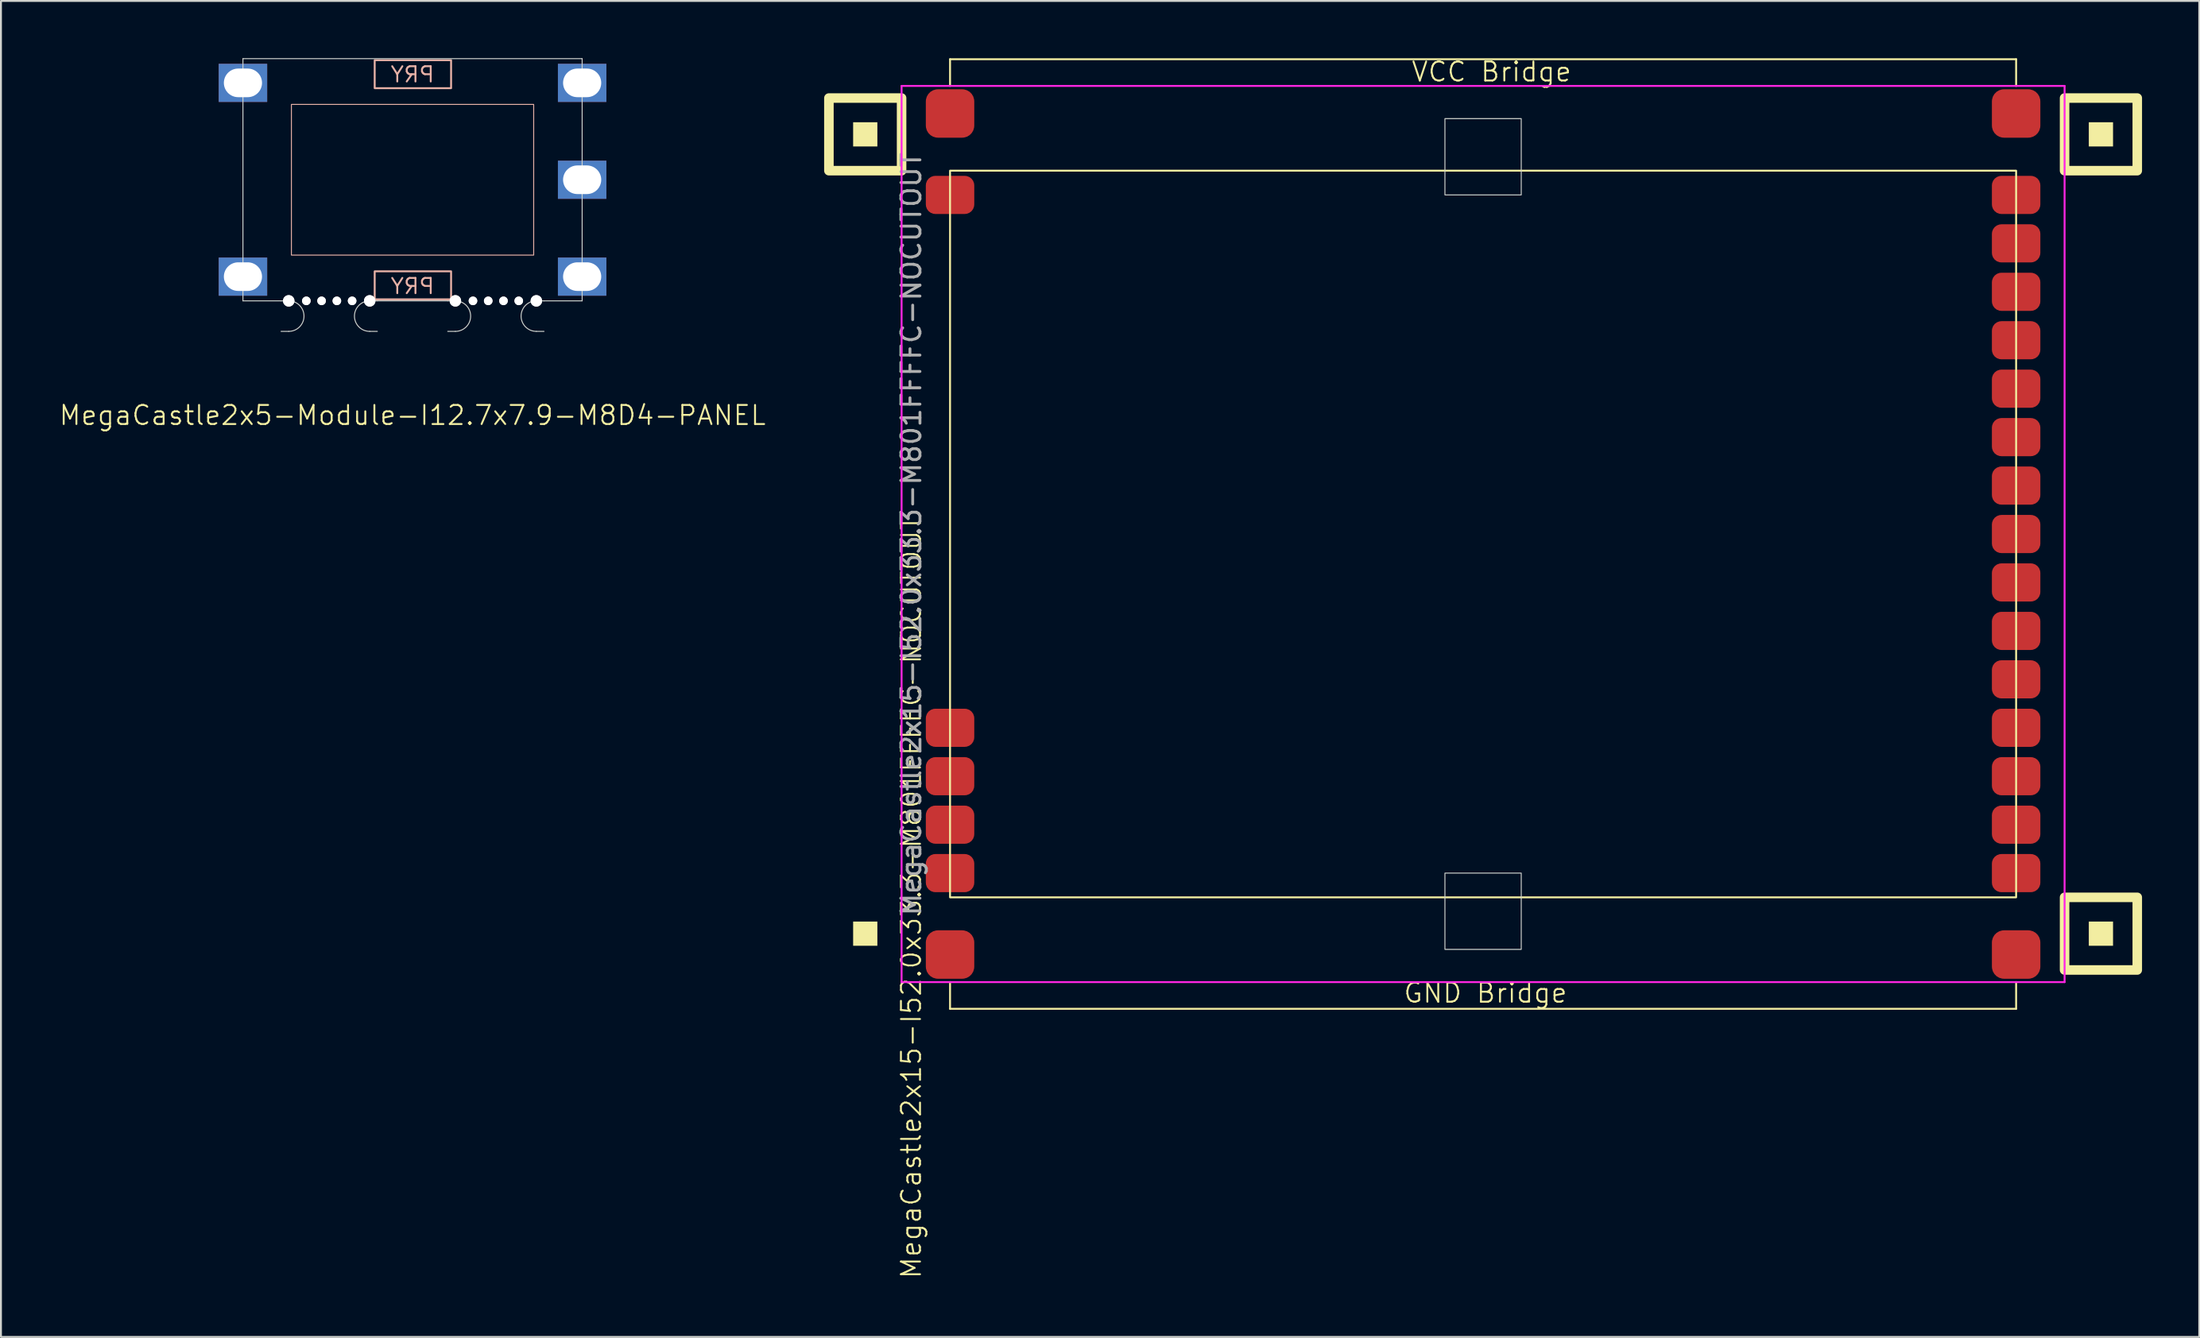
<source format=kicad_pcb>
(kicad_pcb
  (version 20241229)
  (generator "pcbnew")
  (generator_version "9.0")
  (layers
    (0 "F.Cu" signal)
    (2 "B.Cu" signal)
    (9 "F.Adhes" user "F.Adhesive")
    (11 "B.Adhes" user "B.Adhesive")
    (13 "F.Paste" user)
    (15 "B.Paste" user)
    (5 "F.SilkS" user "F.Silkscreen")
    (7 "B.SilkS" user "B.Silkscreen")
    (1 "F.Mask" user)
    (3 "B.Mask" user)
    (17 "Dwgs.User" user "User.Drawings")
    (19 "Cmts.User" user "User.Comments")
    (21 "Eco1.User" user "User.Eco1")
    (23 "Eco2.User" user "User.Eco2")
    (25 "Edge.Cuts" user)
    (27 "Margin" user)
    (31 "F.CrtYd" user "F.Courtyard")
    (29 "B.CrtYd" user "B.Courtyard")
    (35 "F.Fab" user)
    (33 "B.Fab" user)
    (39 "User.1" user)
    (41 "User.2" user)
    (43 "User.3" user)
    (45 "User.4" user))
  (footprint "MegaCastle2x5-Module-I12.7x7.9-M8D4-PANEL"
    (layer "F.Cu")
    (at 18.574 6.375)
    (property "Reference" "MegaCastle2x5-Module-I12.7x7.9-M8D4-PANEL" (at 0 12.35 0) (unlocked yes) (layer "F.SilkS") (effects (font (size 1 1) (thickness 0.1))))
    (attr smd)
    (fp_rect (start -6.35 3.95) (end 6.35 -3.95) (stroke (width 0.05) (type default)) (fill no) (layer "B.SilkS"))
    (fp_rect (start -1.984 -4.801) (end 2.02 -6.27) (stroke (width 0.1) (type default)) (fill no) (layer "B.SilkS"))
    (fp_rect (start -1.984 4.801) (end 2.02 6.27) (stroke (width 0.1) (type default)) (fill no) (layer "B.SilkS"))
    (fp_line (start -8.89 -6.35) (end -8.89 6.35) (stroke (width 0.05) (type default)) (layer "Edge.Cuts"))
    (fp_line (start -8.89 -6.35) (end 8.89 -6.35) (stroke (width 0.05) (type default)) (layer "Edge.Cuts"))
    (fp_line (start -8.89 6.35) (end -6.89 6.35) (stroke (width 0.05) (type default)) (layer "Edge.Cuts"))
    (fp_line (start -6.89 6.35) (end -6.49 6.35) (stroke (width 0.05) (type default)) (layer "Edge.Cuts"))
    (fp_line (start -6.89 7.95) (end -6.49 7.95) (stroke (width 0.05) (type default)) (layer "Edge.Cuts"))
    (fp_line (start -1.845 6.35) (end -2.245 6.35) (stroke (width 0.05) (type default)) (layer "Edge.Cuts"))
    (fp_line (start -1.845 6.35) (end 1.845 6.35) (stroke (width 0.05) (type default)) (layer "Edge.Cuts"))
    (fp_line (start -1.845 7.95) (end -2.245 7.95) (stroke (width 0.05) (type default)) (layer "Edge.Cuts"))
    (fp_line (start 1.845 6.35) (end 2.245 6.35) (stroke (width 0.05) (type default)) (layer "Edge.Cuts"))
    (fp_line (start 1.845 7.95) (end 2.245 7.95) (stroke (width 0.05) (type default)) (layer "Edge.Cuts"))
    (fp_line (start 6.89 6.35) (end 6.49 6.35) (stroke (width 0.05) (type default)) (layer "Edge.Cuts"))
    (fp_line (start 6.89 6.35) (end 8.89 6.35) (stroke (width 0.05) (type default)) (layer "Edge.Cuts"))
    (fp_line (start 6.89 7.95) (end 6.49 7.95) (stroke (width 0.05) (type default)) (layer "Edge.Cuts"))
    (fp_line (start 8.89 -6.35) (end 8.89 6.35) (stroke (width 0.05) (type default)) (layer "Edge.Cuts"))
    (fp_arc (start -6.49 6.35) (mid -5.69 7.15) (end -6.49 7.95) (stroke (width 0.05) (type default)) (layer "Edge.Cuts"))
    (fp_arc (start -2.245 7.95) (mid -3.045 7.15) (end -2.245 6.35) (stroke (width 0.05) (type default)) (layer "Edge.Cuts"))
    (fp_arc (start 2.245 6.35) (mid 3.045 7.15) (end 2.245 7.95) (stroke (width 0.05) (type default)) (layer "Edge.Cuts"))
    (fp_arc (start 6.49 7.95) (mid 5.69 7.15) (end 6.49 6.35) (stroke (width 0.05) (type default)) (layer "Edge.Cuts"))
    (fp_text user "PRY" (at 0 -5.05 0) (unlocked yes) (layer "B.SilkS") (effects (font (size 0.8 0.8) (thickness 0.1)) (justify bottom mirror)))
    (fp_text user "PRY" (at 0 6.05 0) (unlocked yes) (layer "B.SilkS") (effects (font (size 0.8 0.8) (thickness 0.1)) (justify bottom mirror)))
    (pad "" np_thru_hole circle (at -6.49 6.35) (size 0.6 0.6) (drill 0.6) (layers "*.Cu" "Edge.Cuts"))
    (pad "" np_thru_hole circle (at -5.567 6.35) (size 0.45 0.45) (drill 0.45) (layers "*.Cu" "Edge.Cuts"))
    (pad "" np_thru_hole circle (at -4.768 6.35) (size 0.45 0.45) (drill 0.45) (layers "*.Cu" "Edge.Cuts"))
    (pad "" np_thru_hole circle (at -3.967 6.35) (size 0.45 0.45) (drill 0.45) (layers "*.Cu" "Edge.Cuts"))
    (pad "" np_thru_hole circle (at -3.167 6.35) (size 0.45 0.45) (drill 0.45) (layers "*.Cu" "Edge.Cuts"))
    (pad "" np_thru_hole circle (at -2.245 6.35) (size 0.6 0.6) (drill 0.6) (layers "*.Cu" "Edge.Cuts"))
    (pad "" np_thru_hole circle (at 2.245 6.35) (size 0.6 0.6) (drill 0.6) (layers "*.Cu" "Edge.Cuts"))
    (pad "" np_thru_hole circle (at 3.167 6.35) (size 0.45 0.45) (drill 0.45) (layers "*.Cu" "Edge.Cuts"))
    (pad "" np_thru_hole circle (at 3.967 6.35) (size 0.45 0.45) (drill 0.45) (layers "*.Cu" "Edge.Cuts"))
    (pad "" np_thru_hole circle (at 4.767 6.35) (size 0.45 0.45) (drill 0.45) (layers "*.Cu" "Edge.Cuts"))
    (pad "" np_thru_hole circle (at 5.567 6.35) (size 0.45 0.45) (drill 0.45) (layers "*.Cu" "Edge.Cuts"))
    (pad "" np_thru_hole circle (at 6.49 6.35) (size 0.6 0.6) (drill 0.6) (layers "*.Cu" "Edge.Cuts"))
    (pad "1" thru_hole rect (at -8.89 -5.08) (size 2.54 2) (drill oval 2 1.5) (property pad_prop_castellated) (layers "*.Cu" "*.Mask"))
    (pad "5" thru_hole rect (at -8.89 5.08) (size 2.54 2) (drill oval 2 1.5) (property pad_prop_castellated) (layers "*.Cu" "*.Mask"))
    (pad "6" thru_hole rect (at 8.89 -5.08) (size 2.54 2) (drill oval 2 1.5) (property pad_prop_castellated) (layers "*.Cu" "*.Mask"))
    (pad "8" thru_hole rect (at 8.89 0) (size 2.54 2) (drill oval 2 1.5) (property pad_prop_castellated) (layers "*.Cu" "*.Mask"))
    (pad "10" thru_hole rect (at 8.89 5.08) (size 2.54 2) (drill oval 2 1.5) (property pad_prop_castellated) (layers "*.Cu" "*.Mask"))
    (zone (net_name "") (layer "B.Cu") (hatch edge 0.5) (connect_pads) (min_thickness 0.25) (filled_areas_thickness no) (keepout (tracks allowed) (vias allowed) (pads allowed) (copperpour allowed) (footprints not_allowed)) (placement (enabled no)) (fill) (polygon (pts (xy 9.684 12.725) (xy 9.684 0.025) (xy 12.224 0.025) (xy 12.224 12.725))))
    (zone (net_name "") (layer "B.Cu") (hatch edge 0.5) (connect_pads) (min_thickness 0.25) (filled_areas_thickness no) (keepout (tracks allowed) (vias allowed) (pads allowed) (copperpour allowed) (footprints not_allowed)) (placement (enabled no)) (fill) (polygon (pts (xy 12.224 0.025) (xy 12.224 2.425) (xy 24.924 2.425) (xy 24.924 0.025))))
    (zone (net_name "") (layer "B.Cu") (hatch edge 0.5) (connect_pads) (min_thickness 0.25) (filled_areas_thickness no) (keepout (tracks allowed) (vias allowed) (pads allowed) (copperpour allowed) (footprints not_allowed)) (placement (enabled no)) (fill) (polygon (pts (xy 12.224 12.725) (xy 12.224 10.325) (xy 24.924 10.325) (xy 24.924 12.725))))
    (zone (net_name "") (layer "B.Cu") (name "Upper Pry Zone") (hatch edge 0.5) (connect_pads) (min_thickness 0.25) (filled_areas_thickness no) (keepout (tracks not_allowed) (vias not_allowed) (pads not_allowed) (copperpour allowed) (footprints not_allowed)) (placement (enabled no)) (fill) (polygon (pts (xy 16.59 1.574) (xy 16.59 0.105) (xy 20.593 0.105) (xy 20.593 1.574))))
    (zone (net_name "") (layer "B.Cu") (name "Upper Pry Zone") (hatch edge 0.5) (connect_pads) (min_thickness 0.25) (filled_areas_thickness no) (keepout (tracks not_allowed) (vias not_allowed) (pads not_allowed) (copperpour allowed) (footprints not_allowed)) (placement (enabled no)) (fill) (polygon (pts (xy 16.59 11.176) (xy 16.59 12.645) (xy 20.593 12.645) (xy 20.593 11.176))))
    (zone (net_name "") (layer "B.Cu") (hatch edge 0.5) (connect_pads) (min_thickness 0.25) (filled_areas_thickness no) (keepout (tracks allowed) (vias allowed) (pads allowed) (copperpour allowed) (footprints not_allowed)) (placement (enabled no)) (fill) (polygon (pts (xy 27.464 12.725) (xy 27.464 0.025) (xy 24.924 0.025) (xy 24.924 12.725)))))
  (footprint "MegaCastle2x15-I52.0x33.3-M801FFFFC-NOCUTOUT"
    (layer "F.Cu")
    (at 74.688 24.95)
    (property "Reference" "MegaCastle2x15-I52.0x33.3-M801FFFFC-NOCUTOUT" (at -29.972 19.05 90) (unlocked yes) (layer "F.SilkS") (effects (font (size 1 1) (thickness 0.1))))
    (attr smd)
    (fp_line (start -27.94 -24.895) (end 27.94 -24.895) (stroke (width 0.1) (type default)) (layer "F.SilkS"))
    (fp_line (start -27.94 -23.495) (end -27.94 -24.895) (stroke (width 0.1) (type default)) (layer "F.SilkS"))
    (fp_line (start -27.94 23.495) (end -27.94 24.895) (stroke (width 0.1) (type default)) (layer "F.SilkS"))
    (fp_line (start -27.94 24.895) (end 27.94 24.895) (stroke (width 0.1) (type default)) (layer "F.SilkS"))
    (fp_line (start 27.94 -23.495) (end 27.94 -24.895) (stroke (width 0.1) (type default)) (layer "F.SilkS"))
    (fp_line (start 27.94 23.495) (end 27.94 24.895) (stroke (width 0.1) (type default)) (layer "F.SilkS"))
    (fp_rect (start -31.75 -20.32) (end -33.02 -21.59) (stroke (width 0) (type solid)) (fill yes) (layer "F.SilkS"))
    (fp_rect (start -31.75 21.59) (end -33.02 20.32) (stroke (width 0) (type solid)) (fill yes) (layer "F.SilkS"))
    (fp_rect (start -30.48 -19.05) (end -34.29 -22.86) (stroke (width 0.5) (type default)) (fill no) (layer "F.SilkS"))
    (fp_rect (start -27.94 -19.05) (end 27.94 19.05) (stroke (width 0.1) (type default)) (fill no) (layer "F.SilkS"))
    (fp_rect (start 33.02 -20.32) (end 31.75 -21.59) (stroke (width 0) (type solid)) (fill yes) (layer "F.SilkS"))
    (fp_rect (start 33.02 21.59) (end 31.75 20.32) (stroke (width 0) (type solid)) (fill yes) (layer "F.SilkS"))
    (fp_rect (start 34.29 -19.05) (end 30.48 -22.86) (stroke (width 0.5) (type default)) (fill no) (layer "F.SilkS"))
    (fp_rect (start 34.29 22.86) (end 30.48 19.05) (stroke (width 0.5) (type default)) (fill no) (layer "F.SilkS"))
    (fp_rect (start -2 -17.78) (end 2 -21.78) (stroke (width 0.05) (type default)) (fill no) (layer "Edge.Cuts"))
    (fp_rect (start -2 17.78) (end 2 21.78) (stroke (width 0.05) (type default)) (fill no) (layer "Edge.Cuts"))
    (fp_line (start -30.48 -23.495) (end -30.48 23.495) (stroke (width 0.1) (type default)) (layer "F.CrtYd"))
    (fp_line (start -30.48 23.495) (end 30.48 23.495) (stroke (width 0.1) (type default)) (layer "F.CrtYd"))
    (fp_line (start 30.48 -23.495) (end -30.48 -23.495) (stroke (width 0.1) (type default)) (layer "F.CrtYd"))
    (fp_line (start 30.48 -23.495) (end 30.48 23.495) (stroke (width 0.1) (type default)) (layer "F.CrtYd"))
    (fp_text user "VCC Bridge" (at -3.81 -23.65 0) (unlocked yes) (layer "F.SilkS") (effects (font (size 1 1) (thickness 0.1)) (justify left bottom)))
    (fp_text user "GND Bridge" (at -4.226 24.65 0) (unlocked yes) (layer "F.SilkS") (effects (font (size 1 1) (thickness 0.1)) (justify left bottom)))
    (fp_text user "${REFERENCE}" (at -29.972 0 90) (unlocked yes) (layer "F.Fab") (effects (font (size 1 1) (thickness 0.15))))
    (pad "1" smd roundrect (at -27.94 -17.78) (size 2.54 2) (layers "F.Cu" "F.Mask" "F.Paste") (roundrect_rratio 0.25))
    (pad "12" smd roundrect (at -27.94 10.16) (size 2.54 2) (layers "F.Cu" "F.Mask" "F.Paste") (roundrect_rratio 0.25))
    (pad "13" smd roundrect (at -27.94 12.7) (size 2.54 2) (layers "F.Cu" "F.Mask" "F.Paste") (roundrect_rratio 0.25))
    (pad "14" smd roundrect (at -27.94 15.24) (size 2.54 2) (layers "F.Cu" "F.Mask" "F.Paste") (roundrect_rratio 0.25))
    (pad "15" smd roundrect (at -27.94 17.78) (size 2.54 2) (layers "F.Cu" "F.Mask" "F.Paste") (roundrect_rratio 0.25))
    (pad "16" smd roundrect (at 27.94 -17.78) (size 2.54 2) (layers "F.Cu" "F.Mask" "F.Paste") (roundrect_rratio 0.25))
    (pad "17" smd roundrect (at 27.94 -15.24) (size 2.54 2) (layers "F.Cu" "F.Mask" "F.Paste") (roundrect_rratio 0.25))
    (pad "18" smd roundrect (at 27.94 -12.7) (size 2.54 2) (layers "F.Cu" "F.Mask" "F.Paste") (roundrect_rratio 0.25))
    (pad "19" smd roundrect (at 27.94 -10.16) (size 2.54 2) (layers "F.Cu" "F.Mask" "F.Paste") (roundrect_rratio 0.25))
    (pad "20" smd roundrect (at 27.94 -7.62) (size 2.54 2) (layers "F.Cu" "F.Mask" "F.Paste") (roundrect_rratio 0.25))
    (pad "21" smd roundrect (at 27.94 -5.08) (size 2.54 2) (layers "F.Cu" "F.Mask" "F.Paste") (roundrect_rratio 0.25))
    (pad "22" smd roundrect (at 27.94 -2.54) (size 2.54 2) (layers "F.Cu" "F.Mask" "F.Paste") (roundrect_rratio 0.25))
    (pad "23" smd roundrect (at 27.94 0) (size 2.54 2) (layers "F.Cu" "F.Mask" "F.Paste") (roundrect_rratio 0.25))
    (pad "24" smd roundrect (at 27.94 2.54) (size 2.54 2) (layers "F.Cu" "F.Mask" "F.Paste") (roundrect_rratio 0.25))
    (pad "25" smd roundrect (at 27.94 5.08) (size 2.54 2) (layers "F.Cu" "F.Mask" "F.Paste") (roundrect_rratio 0.25))
    (pad "26" smd roundrect (at 27.94 7.62) (size 2.54 2) (layers "F.Cu" "F.Mask" "F.Paste") (roundrect_rratio 0.25))
    (pad "27" smd roundrect (at 27.94 10.16) (size 2.54 2) (layers "F.Cu" "F.Mask" "F.Paste") (roundrect_rratio 0.25))
    (pad "28" smd roundrect (at 27.94 12.7) (size 2.54 2) (layers "F.Cu" "F.Mask" "F.Paste") (roundrect_rratio 0.25))
    (pad "29" smd roundrect (at 27.94 15.24) (size 2.54 2) (layers "F.Cu" "F.Mask" "F.Paste") (roundrect_rratio 0.25))
    (pad "30" smd roundrect (at 27.94 17.78) (size 2.54 2) (layers "F.Cu" "F.Mask" "F.Paste") (roundrect_rratio 0.25))
    (pad "A1" smd roundrect (at -27.94 -22.05) (size 2.54 2.54) (layers "F.Cu" "F.Mask" "F.Paste") (roundrect_rratio 0.25))
    (pad "A2" smd roundrect (at 27.94 -22.05) (size 2.54 2.54) (layers "F.Cu" "F.Mask" "F.Paste") (roundrect_rratio 0.25))
    (pad "B1" smd roundrect (at -27.94 22.05) (size 2.54 2.54) (layers "F.Cu" "F.Mask" "F.Paste") (roundrect_rratio 0.25))
    (pad "B2" smd roundrect (at 27.94 22.05) (size 2.54 2.54) (layers "F.Cu" "F.Mask" "F.Paste") (roundrect_rratio 0.25)))
  (gr_rect
    (start -3 -3)
    (end 112.228 67.05)
    (stroke (width 0.1) (type default))
    (fill no)
    (layer "Edge.Cuts")))
</source>
